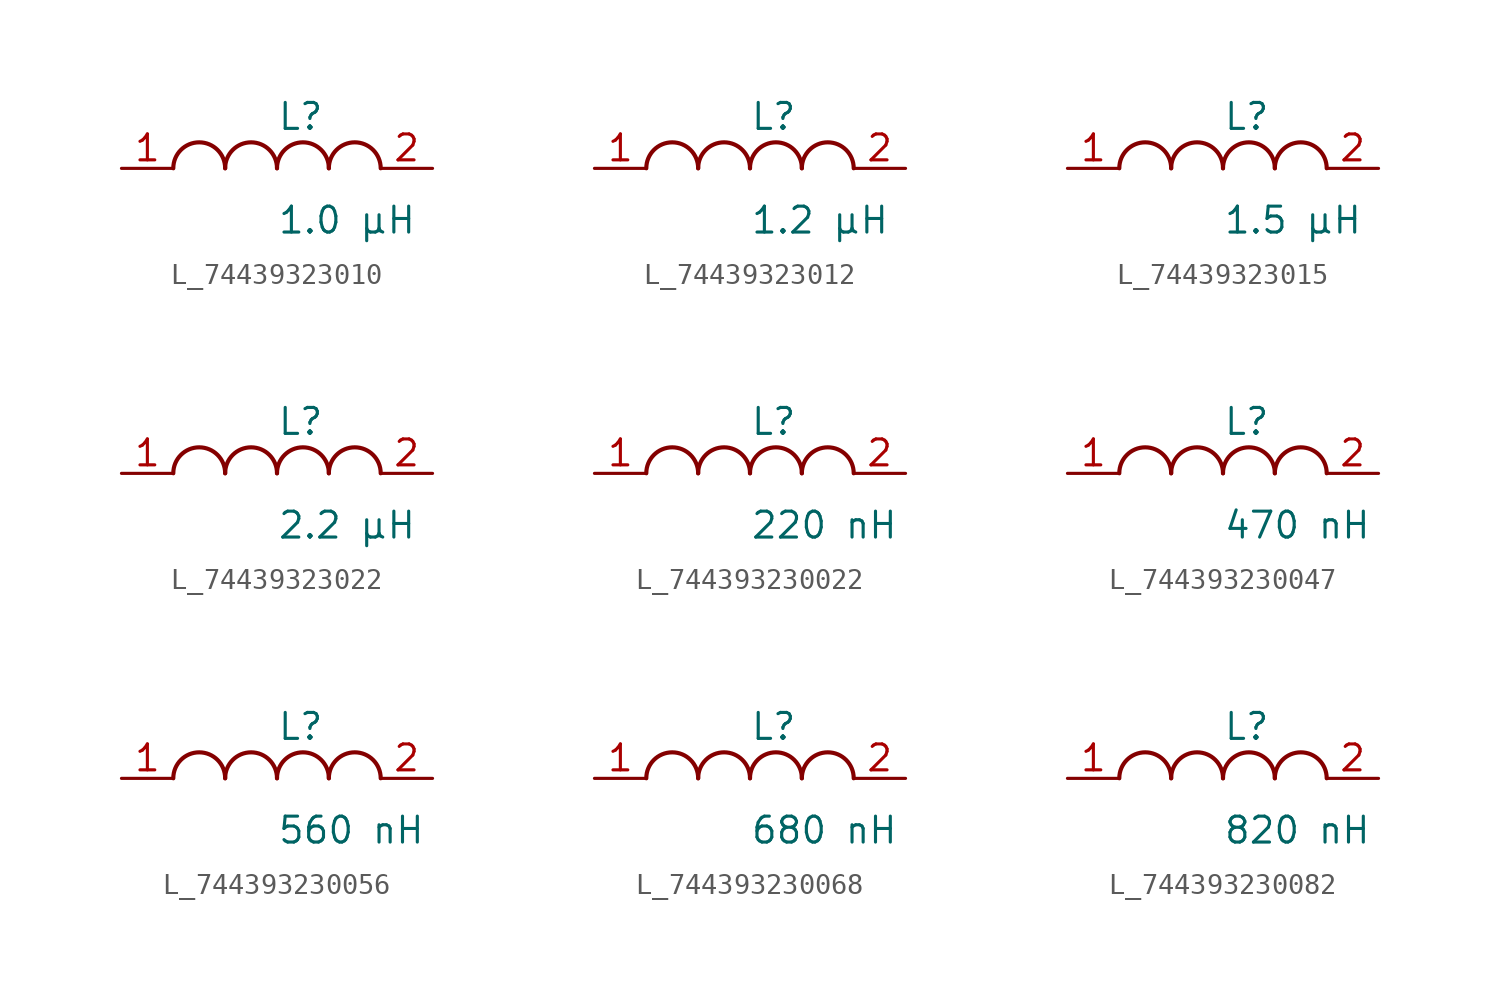
<source format=kicad_sym>
(kicad_symbol_lib
  (version 20231120)
  (generator kicad_symbol_editor)
  (generator_version 8.0)
  (symbol "L_74439323010"
    (pin_names
      (offset 0.254))
    (property "Reference" "L"
      (at 0 2.54 0)
      (effects (font (size 1.27 1.27)) (justify left)))
    (property "Value" "1.0 µH"
      (at 0 -2.54 0)
      (effects (font (size 1.27 1.27)) (justify left)))
    (symbol "L_74439323010_1_1"
      (arc (start -2.54 0.0056) (mid -3.81 1.27) (end -5.08 0.0056) (stroke (width 0.2032) (type default)) (fill (type none)))
      (arc (start 0 0.0056) (mid -1.27 1.27) (end -2.54 0.0056) (stroke (width 0.2032) (type default)) (fill (type none)))
      (arc (start 2.54 0.0056) (mid 1.27 1.27) (end 0 0.0056) (stroke (width 0.2032) (type default)) (fill (type none)))
      (arc (start 5.08 0.0056) (mid 3.81 1.27) (end 2.54 0.0056) (stroke (width 0.2032) (type default)) (fill (type none)))
      (pin unspecified line (at -7.62 0 0) (length 2.54) (name "" (effects (font (size 1.27 1.27)))) (number "1" (effects (font (size 1.27 1.27)))))
      (pin unspecified line (at 7.62 0 180) (length 2.54) (name "" (effects (font (size 1.27 1.27)))) (number "2" (effects (font (size 1.27 1.27)))))))
  (symbol "L_74439323012"
    (pin_names
      (offset 0.254))
    (property "Reference" "L"
      (at 0 2.54 0)
      (effects (font (size 1.27 1.27)) (justify left)))
    (property "Value" "1.2 µH"
      (at 0 -2.54 0)
      (effects (font (size 1.27 1.27)) (justify left)))
    (symbol "L_74439323012_1_1"
      (arc (start -2.54 0.0056) (mid -3.81 1.27) (end -5.08 0.0056) (stroke (width 0.2032) (type default)) (fill (type none)))
      (arc (start 0 0.0056) (mid -1.27 1.27) (end -2.54 0.0056) (stroke (width 0.2032) (type default)) (fill (type none)))
      (arc (start 2.54 0.0056) (mid 1.27 1.27) (end 0 0.0056) (stroke (width 0.2032) (type default)) (fill (type none)))
      (arc (start 5.08 0.0056) (mid 3.81 1.27) (end 2.54 0.0056) (stroke (width 0.2032) (type default)) (fill (type none)))
      (pin unspecified line (at -7.62 0 0) (length 2.54) (name "" (effects (font (size 1.27 1.27)))) (number "1" (effects (font (size 1.27 1.27)))))
      (pin unspecified line (at 7.62 0 180) (length 2.54) (name "" (effects (font (size 1.27 1.27)))) (number "2" (effects (font (size 1.27 1.27)))))))
  (symbol "L_74439323015"
    (pin_names
      (offset 0.254))
    (property "Reference" "L"
      (at 0 2.54 0)
      (effects (font (size 1.27 1.27)) (justify left)))
    (property "Value" "1.5 µH"
      (at 0 -2.54 0)
      (effects (font (size 1.27 1.27)) (justify left)))
    (symbol "L_74439323015_1_1"
      (arc (start -2.54 0.0056) (mid -3.81 1.27) (end -5.08 0.0056) (stroke (width 0.2032) (type default)) (fill (type none)))
      (arc (start 0 0.0056) (mid -1.27 1.27) (end -2.54 0.0056) (stroke (width 0.2032) (type default)) (fill (type none)))
      (arc (start 2.54 0.0056) (mid 1.27 1.27) (end 0 0.0056) (stroke (width 0.2032) (type default)) (fill (type none)))
      (arc (start 5.08 0.0056) (mid 3.81 1.27) (end 2.54 0.0056) (stroke (width 0.2032) (type default)) (fill (type none)))
      (pin unspecified line (at -7.62 0 0) (length 2.54) (name "" (effects (font (size 1.27 1.27)))) (number "1" (effects (font (size 1.27 1.27)))))
      (pin unspecified line (at 7.62 0 180) (length 2.54) (name "" (effects (font (size 1.27 1.27)))) (number "2" (effects (font (size 1.27 1.27)))))))
  (symbol "L_74439323022"
    (pin_names
      (offset 0.254))
    (property "Reference" "L"
      (at 0 2.54 0)
      (effects (font (size 1.27 1.27)) (justify left)))
    (property "Value" "2.2 µH"
      (at 0 -2.54 0)
      (effects (font (size 1.27 1.27)) (justify left)))
    (symbol "L_74439323022_1_1"
      (arc (start -2.54 0.0056) (mid -3.81 1.27) (end -5.08 0.0056) (stroke (width 0.2032) (type default)) (fill (type none)))
      (arc (start 0 0.0056) (mid -1.27 1.27) (end -2.54 0.0056) (stroke (width 0.2032) (type default)) (fill (type none)))
      (arc (start 2.54 0.0056) (mid 1.27 1.27) (end 0 0.0056) (stroke (width 0.2032) (type default)) (fill (type none)))
      (arc (start 5.08 0.0056) (mid 3.81 1.27) (end 2.54 0.0056) (stroke (width 0.2032) (type default)) (fill (type none)))
      (pin unspecified line (at -7.62 0 0) (length 2.54) (name "" (effects (font (size 1.27 1.27)))) (number "1" (effects (font (size 1.27 1.27)))))
      (pin unspecified line (at 7.62 0 180) (length 2.54) (name "" (effects (font (size 1.27 1.27)))) (number "2" (effects (font (size 1.27 1.27)))))))
  (symbol "L_744393230022"
    (pin_names
      (offset 0.254))
    (property "Reference" "L"
      (at 0 2.54 0)
      (effects (font (size 1.27 1.27)) (justify left)))
    (property "Value" "220 nH"
      (at 0 -2.54 0)
      (effects (font (size 1.27 1.27)) (justify left)))
    (symbol "L_744393230022_1_1"
      (arc (start -2.54 0.0056) (mid -3.81 1.27) (end -5.08 0.0056) (stroke (width 0.2032) (type default)) (fill (type none)))
      (arc (start 0 0.0056) (mid -1.27 1.27) (end -2.54 0.0056) (stroke (width 0.2032) (type default)) (fill (type none)))
      (arc (start 2.54 0.0056) (mid 1.27 1.27) (end 0 0.0056) (stroke (width 0.2032) (type default)) (fill (type none)))
      (arc (start 5.08 0.0056) (mid 3.81 1.27) (end 2.54 0.0056) (stroke (width 0.2032) (type default)) (fill (type none)))
      (pin unspecified line (at -7.62 0 0) (length 2.54) (name "" (effects (font (size 1.27 1.27)))) (number "1" (effects (font (size 1.27 1.27)))))
      (pin unspecified line (at 7.62 0 180) (length 2.54) (name "" (effects (font (size 1.27 1.27)))) (number "2" (effects (font (size 1.27 1.27)))))))
  (symbol "L_744393230047"
    (pin_names
      (offset 0.254))
    (property "Reference" "L"
      (at 0 2.54 0)
      (effects (font (size 1.27 1.27)) (justify left)))
    (property "Value" "470 nH"
      (at 0 -2.54 0)
      (effects (font (size 1.27 1.27)) (justify left)))
    (symbol "L_744393230047_1_1"
      (arc (start -2.54 0.0056) (mid -3.81 1.27) (end -5.08 0.0056) (stroke (width 0.2032) (type default)) (fill (type none)))
      (arc (start 0 0.0056) (mid -1.27 1.27) (end -2.54 0.0056) (stroke (width 0.2032) (type default)) (fill (type none)))
      (arc (start 2.54 0.0056) (mid 1.27 1.27) (end 0 0.0056) (stroke (width 0.2032) (type default)) (fill (type none)))
      (arc (start 5.08 0.0056) (mid 3.81 1.27) (end 2.54 0.0056) (stroke (width 0.2032) (type default)) (fill (type none)))
      (pin unspecified line (at -7.62 0 0) (length 2.54) (name "" (effects (font (size 1.27 1.27)))) (number "1" (effects (font (size 1.27 1.27)))))
      (pin unspecified line (at 7.62 0 180) (length 2.54) (name "" (effects (font (size 1.27 1.27)))) (number "2" (effects (font (size 1.27 1.27)))))))
  (symbol "L_744393230056"
    (pin_names
      (offset 0.254))
    (property "Reference" "L"
      (at 0 2.54 0)
      (effects (font (size 1.27 1.27)) (justify left)))
    (property "Value" "560 nH"
      (at 0 -2.54 0)
      (effects (font (size 1.27 1.27)) (justify left)))
    (symbol "L_744393230056_1_1"
      (arc (start -2.54 0.0056) (mid -3.81 1.27) (end -5.08 0.0056) (stroke (width 0.2032) (type default)) (fill (type none)))
      (arc (start 0 0.0056) (mid -1.27 1.27) (end -2.54 0.0056) (stroke (width 0.2032) (type default)) (fill (type none)))
      (arc (start 2.54 0.0056) (mid 1.27 1.27) (end 0 0.0056) (stroke (width 0.2032) (type default)) (fill (type none)))
      (arc (start 5.08 0.0056) (mid 3.81 1.27) (end 2.54 0.0056) (stroke (width 0.2032) (type default)) (fill (type none)))
      (pin unspecified line (at -7.62 0 0) (length 2.54) (name "" (effects (font (size 1.27 1.27)))) (number "1" (effects (font (size 1.27 1.27)))))
      (pin unspecified line (at 7.62 0 180) (length 2.54) (name "" (effects (font (size 1.27 1.27)))) (number "2" (effects (font (size 1.27 1.27)))))))
  (symbol "L_744393230068"
    (pin_names
      (offset 0.254))
    (property "Reference" "L"
      (at 0 2.54 0)
      (effects (font (size 1.27 1.27)) (justify left)))
    (property "Value" "680 nH"
      (at 0 -2.54 0)
      (effects (font (size 1.27 1.27)) (justify left)))
    (symbol "L_744393230068_1_1"
      (arc (start -2.54 0.0056) (mid -3.81 1.27) (end -5.08 0.0056) (stroke (width 0.2032) (type default)) (fill (type none)))
      (arc (start 0 0.0056) (mid -1.27 1.27) (end -2.54 0.0056) (stroke (width 0.2032) (type default)) (fill (type none)))
      (arc (start 2.54 0.0056) (mid 1.27 1.27) (end 0 0.0056) (stroke (width 0.2032) (type default)) (fill (type none)))
      (arc (start 5.08 0.0056) (mid 3.81 1.27) (end 2.54 0.0056) (stroke (width 0.2032) (type default)) (fill (type none)))
      (pin unspecified line (at -7.62 0 0) (length 2.54) (name "" (effects (font (size 1.27 1.27)))) (number "1" (effects (font (size 1.27 1.27)))))
      (pin unspecified line (at 7.62 0 180) (length 2.54) (name "" (effects (font (size 1.27 1.27)))) (number "2" (effects (font (size 1.27 1.27)))))))
  (symbol "L_744393230082"
    (pin_names
      (offset 0.254))
    (property "Reference" "L"
      (at 0 2.54 0)
      (effects (font (size 1.27 1.27)) (justify left)))
    (property "Value" "820 nH"
      (at 0 -2.54 0)
      (effects (font (size 1.27 1.27)) (justify left)))
    (symbol "L_744393230082_1_1"
      (arc (start -2.54 0.0056) (mid -3.81 1.27) (end -5.08 0.0056) (stroke (width 0.2032) (type default)) (fill (type none)))
      (arc (start 0 0.0056) (mid -1.27 1.27) (end -2.54 0.0056) (stroke (width 0.2032) (type default)) (fill (type none)))
      (arc (start 2.54 0.0056) (mid 1.27 1.27) (end 0 0.0056) (stroke (width 0.2032) (type default)) (fill (type none)))
      (arc (start 5.08 0.0056) (mid 3.81 1.27) (end 2.54 0.0056) (stroke (width 0.2032) (type default)) (fill (type none)))
      (pin unspecified line (at -7.62 0 0) (length 2.54) (name "" (effects (font (size 1.27 1.27)))) (number "1" (effects (font (size 1.27 1.27)))))
      (pin unspecified line (at 7.62 0 180) (length 2.54) (name "" (effects (font (size 1.27 1.27)))) (number "2" (effects (font (size 1.27 1.27))))))))
</source>
